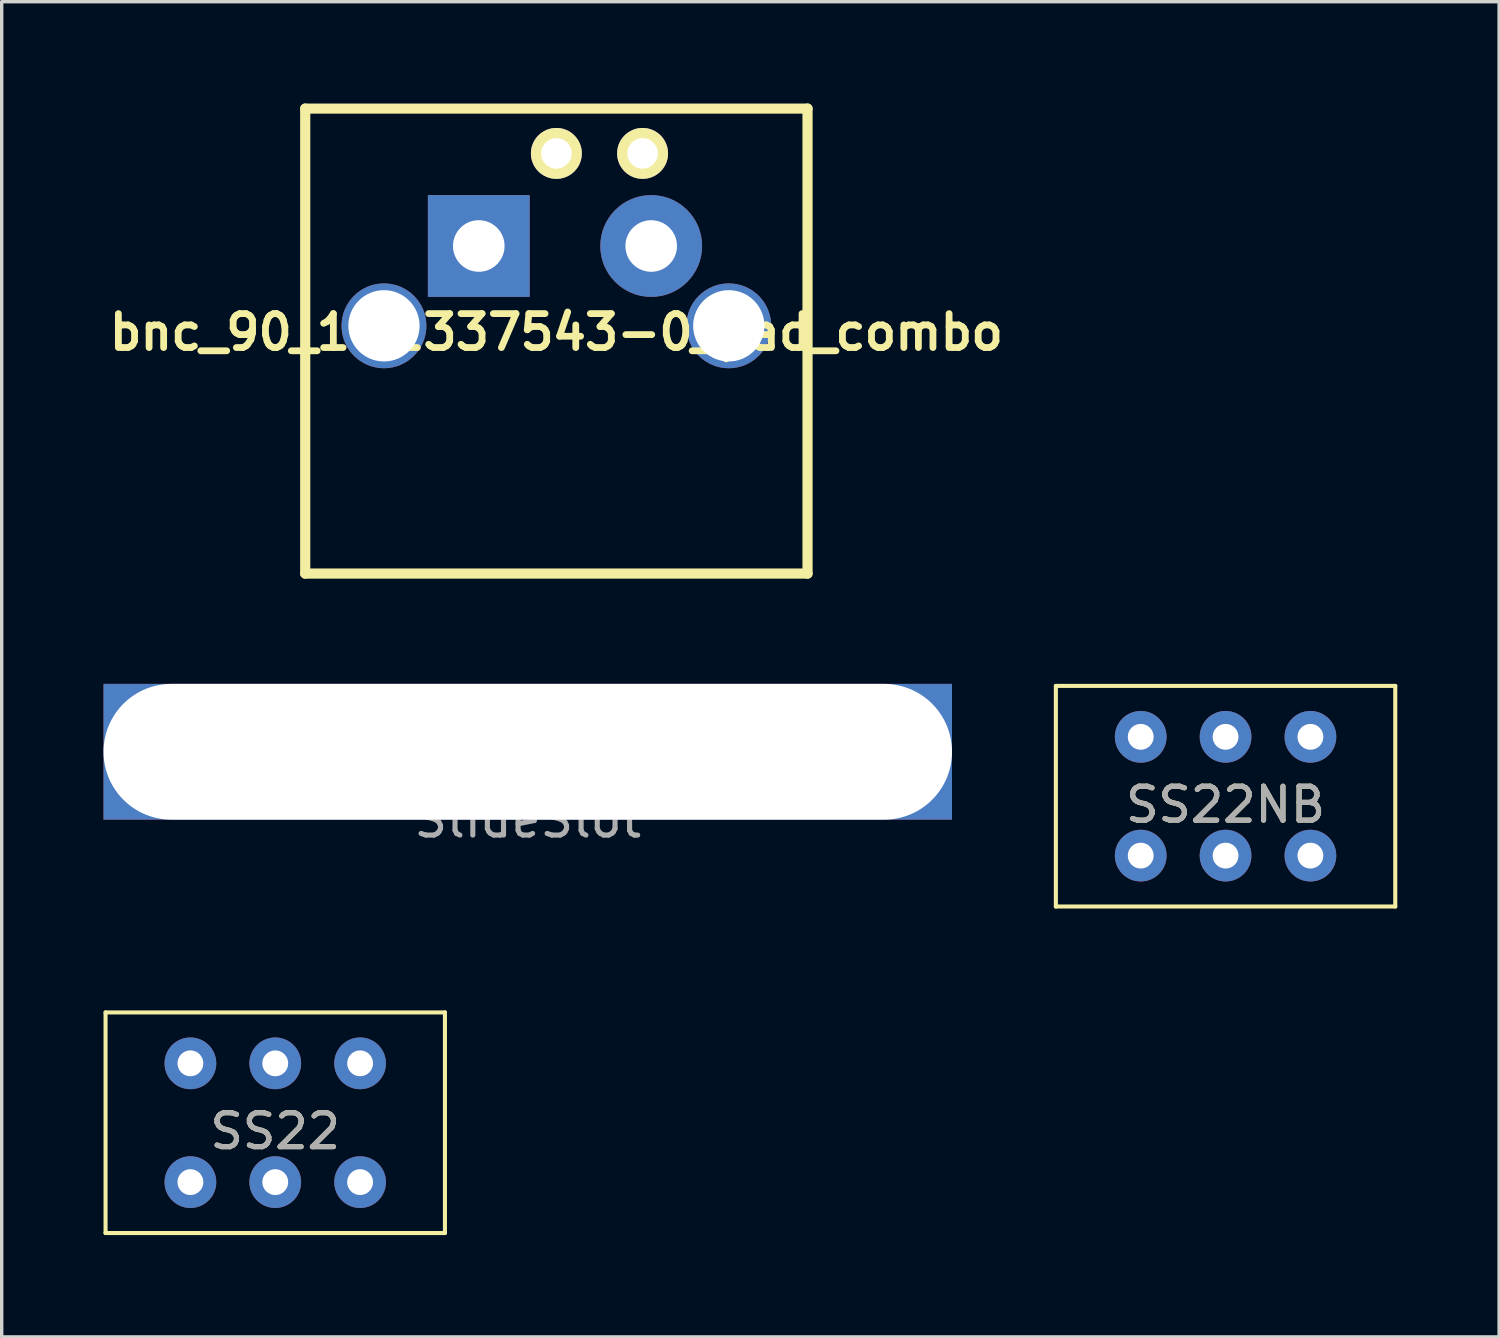
<source format=kicad_pcb>
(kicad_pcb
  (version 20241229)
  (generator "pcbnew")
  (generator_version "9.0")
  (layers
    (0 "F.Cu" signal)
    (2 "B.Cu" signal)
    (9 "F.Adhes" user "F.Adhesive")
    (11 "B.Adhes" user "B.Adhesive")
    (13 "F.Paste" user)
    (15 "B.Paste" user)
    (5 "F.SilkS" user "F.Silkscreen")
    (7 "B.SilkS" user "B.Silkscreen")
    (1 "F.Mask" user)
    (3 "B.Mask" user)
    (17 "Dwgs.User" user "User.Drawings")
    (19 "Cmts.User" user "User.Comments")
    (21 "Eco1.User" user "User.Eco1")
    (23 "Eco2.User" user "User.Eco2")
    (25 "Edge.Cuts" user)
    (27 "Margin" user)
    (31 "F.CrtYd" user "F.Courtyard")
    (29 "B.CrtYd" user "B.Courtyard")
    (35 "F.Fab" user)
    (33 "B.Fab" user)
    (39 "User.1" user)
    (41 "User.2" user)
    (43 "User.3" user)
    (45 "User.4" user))
  (footprint "bnc_90_1-1337543-0_pad_combo"
    (layer "F.Cu")
    (at 13.343 13.85)
    (property "Reference" "bnc_90_1-1337543-0_pad_combo" (at 0 -7.112 0) (layer "F.SilkS") (effects (font (size 1 1) (thickness 0.2))))
    (attr through_hole)
    (fp_line (start -7.4 -13.7) (end -7.4 0) (stroke (width 0.3) (type solid)) (layer "F.SilkS"))
    (fp_line (start -7.4 -13.7) (end 7.4 -13.7) (stroke (width 0.3) (type solid)) (layer "F.SilkS"))
    (fp_line (start -7.4 0) (end 7.4 0) (stroke (width 0.3) (type solid)) (layer "F.SilkS"))
    (fp_line (start 7.4 0) (end 7.4 -13.7) (stroke (width 0.3) (type solid)) (layer "F.SilkS"))
    (pad "" thru_hole circle (at -5.08 -7.3) (size 2.5 2.5) (drill 2.1) (layers "*.Cu" "*.Mask"))
    (pad "" thru_hole circle (at 5.08 -7.3) (size 2.5 2.5) (drill 2.1) (layers "*.Cu" "*.Mask"))
    (pad "1" thru_hole rect (at -2.286 -9.652) (size 3 3) (drill 1.52) (layers "*.Cu" "*.Mask"))
    (pad "1" thru_hole circle (at 0 -12.38) (size 1.5 1.5) (drill 0.9) (layers "*.Cu" "*.Mask" "F.SilkS"))
    (pad "2" thru_hole circle (at 2.54 -12.38) (size 1.5 1.5) (drill 0.9) (layers "*.Cu" "*.Mask" "F.SilkS"))
    (pad "2" thru_hole circle (at 2.794 -9.652) (size 3 3) (drill 1.52) (layers "*.Cu" "*.Mask")))
  (footprint "SlideSlot"
    (layer "F.Cu")
    (at 12.5 18.6)
    (property "Reference" "SlideSlot" (at 0 -0.5 0) (unlocked yes) (layer "F.SilkS") (effects (font (size 1 1) (thickness 0.15))))
    (attr through_hole)
    (fp_text user "${REFERENCE}" (at 0 2.5 0) (unlocked yes) (layer "F.Fab") (effects (font (size 1 1) (thickness 0.15))))
    (pad "" np_thru_hole rect (at 0 0.5) (size 25 4) (drill oval 25 4) (layers "*.Cu")))
  (footprint "SS22"
    (layer "F.Cu")
    (at 5.06 31.78)
    (property "Reference" "SS22" (at 0 -1.5 0) (unlocked yes) (layer "F.SilkS") (effects (font (size 1 1) (thickness 0.15))))
    (attr through_hole)
    (fp_line (start -5 -5) (end 5 -5) (stroke (width 0.12) (type solid)) (layer "F.SilkS"))
    (fp_line (start -5 1.5) (end -5 -5) (stroke (width 0.12) (type solid)) (layer "F.SilkS"))
    (fp_line (start 5 -5) (end 5 1.5) (stroke (width 0.12) (type solid)) (layer "F.SilkS"))
    (fp_line (start 5 1.5) (end -5 1.5) (stroke (width 0.12) (type solid)) (layer "F.SilkS"))
    (fp_text user "${REFERENCE}" (at 0 -1.5 0) (unlocked yes) (layer "F.Fab") (effects (font (size 1 1) (thickness 0.15))))
    (pad "1" thru_hole circle (at -2.5 0) (size 1.524 1.524) (drill 0.762) (layers "*.Cu" "*.Mask"))
    (pad "2" thru_hole circle (at 0 0) (size 1.524 1.524) (drill 0.762) (layers "*.Cu" "*.Mask"))
    (pad "3" thru_hole circle (at 2.5 0) (size 1.524 1.524) (drill 0.762) (layers "*.Cu" "*.Mask"))
    (pad "4" thru_hole circle (at -2.5 -3.5) (size 1.524 1.524) (drill 0.762) (layers "*.Cu" "*.Mask"))
    (pad "5" thru_hole circle (at 0 -3.5) (size 1.524 1.524) (drill 0.762) (layers "*.Cu" "*.Mask"))
    (pad "6" thru_hole circle (at 2.5 -3.5) (size 1.524 1.524) (drill 0.762) (layers "*.Cu" "*.Mask")))
  (footprint "SS22NB"
    (layer "F.Cu")
    (at 33.06 22.16)
    (property "Reference" "SS22NB" (at 0 -1.5 0) (unlocked yes) (layer "F.SilkS") (effects (font (size 1 1) (thickness 0.15))))
    (attr through_hole)
    (fp_line (start -5 -5) (end 5 -5) (stroke (width 0.12) (type solid)) (layer "F.SilkS"))
    (fp_line (start -5 1.5) (end -5 -5) (stroke (width 0.12) (type solid)) (layer "F.SilkS"))
    (fp_line (start 5 -5) (end 5 1.5) (stroke (width 0.12) (type solid)) (layer "F.SilkS"))
    (fp_line (start 5 1.5) (end -5 1.5) (stroke (width 0.12) (type solid)) (layer "F.SilkS"))
    (fp_text user "${REFERENCE}" (at 0 -1.5 0) (unlocked yes) (layer "F.Fab") (effects (font (size 1 1) (thickness 0.15))))
    (pad "1" thru_hole circle (at -2.5 -3.5) (size 1.524 1.524) (drill 0.762) (layers "*.Cu" "*.Mask"))
    (pad "1" thru_hole circle (at -2.5 0) (size 1.524 1.524) (drill 0.762) (layers "*.Cu" "*.Mask"))
    (pad "2" thru_hole circle (at 0 -3.5) (size 1.524 1.524) (drill 0.762) (layers "*.Cu" "*.Mask"))
    (pad "2" thru_hole circle (at 0 0) (size 1.524 1.524) (drill 0.762) (layers "*.Cu" "*.Mask"))
    (pad "3" thru_hole circle (at 2.5 -3.5) (size 1.524 1.524) (drill 0.762) (layers "*.Cu" "*.Mask"))
    (pad "3" thru_hole circle (at 2.5 0) (size 1.524 1.524) (drill 0.762) (layers "*.Cu" "*.Mask")))
  (gr_rect
    (start -3 -3)
    (end 41.12 36.34)
    (stroke (width 0.1) (type default))
    (fill no)
    (layer "Edge.Cuts")))
</source>
